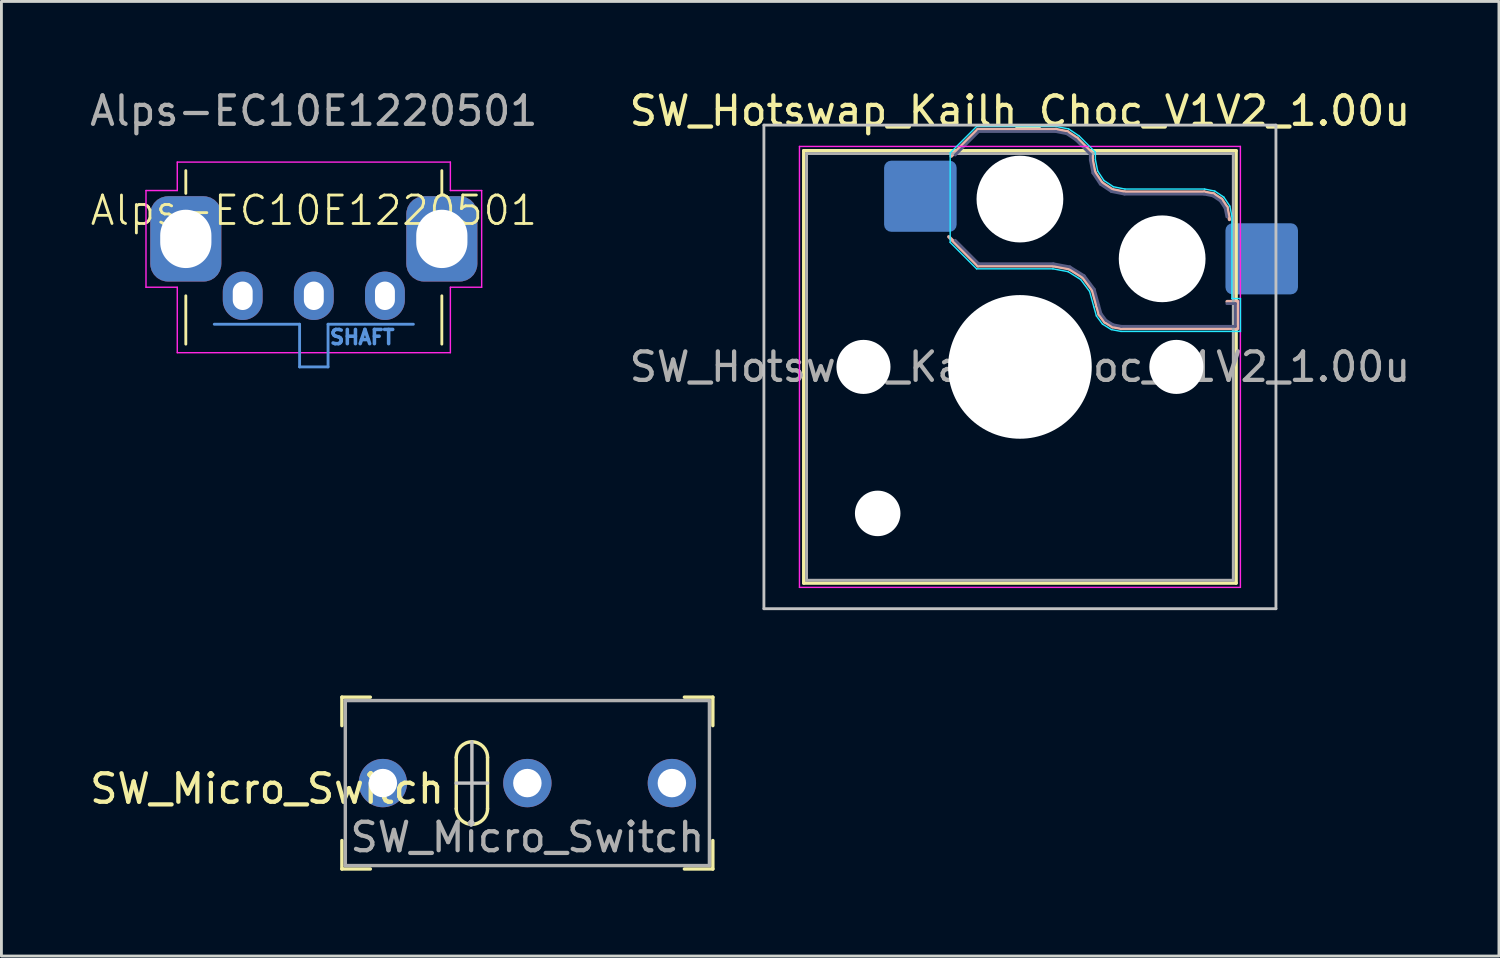
<source format=kicad_pcb>
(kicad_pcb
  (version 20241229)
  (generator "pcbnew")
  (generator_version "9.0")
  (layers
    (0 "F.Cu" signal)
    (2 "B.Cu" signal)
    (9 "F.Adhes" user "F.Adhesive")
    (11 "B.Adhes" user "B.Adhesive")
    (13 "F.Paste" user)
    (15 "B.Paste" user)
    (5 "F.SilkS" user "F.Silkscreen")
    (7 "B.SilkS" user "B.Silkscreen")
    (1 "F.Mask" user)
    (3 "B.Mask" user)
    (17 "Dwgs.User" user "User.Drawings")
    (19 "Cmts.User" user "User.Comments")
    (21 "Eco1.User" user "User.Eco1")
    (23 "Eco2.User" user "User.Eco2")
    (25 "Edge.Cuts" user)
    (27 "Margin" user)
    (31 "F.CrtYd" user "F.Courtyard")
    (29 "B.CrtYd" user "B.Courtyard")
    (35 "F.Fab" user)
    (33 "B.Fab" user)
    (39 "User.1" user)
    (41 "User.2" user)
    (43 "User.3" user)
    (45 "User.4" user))
  (footprint "Alps-EC10E1220501"
    (layer "F.Cu")
    (at 7.982 7.348)
    (property "Reference" "Alps-EC10E1220501" (at 0 -3 0) (unlocked yes) (layer "F.SilkS") (effects (font (size 1 1) (thickness 0.1))))
    (attr through_hole exclude_from_pos_files)
    (fp_line (start -4.5 -4.4) (end -4.5 -3.6) (stroke (width 0.1) (type default)) (layer "F.SilkS"))
    (fp_line (start -4.5 1.7) (end -4.5 0) (stroke (width 0.1) (type default)) (layer "F.SilkS"))
    (fp_line (start 4.5 -4.4) (end 4.5 -3.6) (stroke (width 0.1) (type default)) (layer "F.SilkS"))
    (fp_line (start 4.5 1.7) (end 4.5 0) (stroke (width 0.1) (type default)) (layer "F.SilkS"))
    (fp_line (start -3.5 1) (end -0.5 1) (stroke (width 0.1) (type default)) (layer "Cmts.User"))
    (fp_line (start -0.5 1) (end -0.5 2.5) (stroke (width 0.1) (type default)) (layer "Cmts.User"))
    (fp_line (start -0.5 2.5) (end 0.5 2.5) (stroke (width 0.1) (type default)) (layer "Cmts.User"))
    (fp_line (start 0.5 1) (end 3.5 1) (stroke (width 0.1) (type default)) (layer "Cmts.User"))
    (fp_line (start 0.5 2.5) (end 0.5 1) (stroke (width 0.1) (type default)) (layer "Cmts.User"))
    (fp_line (start -5.9 -3.7) (end -4.8 -3.7) (stroke (width 0.05) (type default)) (layer "F.CrtYd"))
    (fp_line (start -5.9 -0.3) (end -5.9 -3.7) (stroke (width 0.05) (type default)) (layer "F.CrtYd"))
    (fp_line (start -4.8 -4.7) (end 4.8 -4.7) (stroke (width 0.05) (type default)) (layer "F.CrtYd"))
    (fp_line (start -4.8 -3.7) (end -4.8 -4.7) (stroke (width 0.05) (type default)) (layer "F.CrtYd"))
    (fp_line (start -4.8 -0.3) (end -5.9 -0.3) (stroke (width 0.05) (type default)) (layer "F.CrtYd"))
    (fp_line (start -4.8 2) (end -4.8 -0.3) (stroke (width 0.05) (type default)) (layer "F.CrtYd"))
    (fp_line (start 4.8 -4.7) (end 4.8 -3.7) (stroke (width 0.05) (type default)) (layer "F.CrtYd"))
    (fp_line (start 4.8 -3.7) (end 5.9 -3.7) (stroke (width 0.05) (type default)) (layer "F.CrtYd"))
    (fp_line (start 4.8 -0.3) (end 4.8 2) (stroke (width 0.05) (type default)) (layer "F.CrtYd"))
    (fp_line (start 4.8 2) (end -4.8 2) (stroke (width 0.05) (type default)) (layer "F.CrtYd"))
    (fp_line (start 5.9 -3.7) (end 5.9 -0.3) (stroke (width 0.05) (type default)) (layer "F.CrtYd"))
    (fp_line (start 5.9 -0.3) (end 4.8 -0.3) (stroke (width 0.05) (type default)) (layer "F.CrtYd"))
    (fp_text user "SHAFT" (at 0.5 1.75 0) (unlocked yes) (layer "Cmts.User") (effects (font (size 0.5 0.5) (thickness 0.125)) (justify left bottom)))
    (fp_text user "${REFERENCE}" (at 0 -6.5 0) (unlocked yes) (layer "F.Fab") (effects (font (size 1 1) (thickness 0.15))))
    (pad "4" thru_hole roundrect (at -4.5 -2) (size 2.5 3) (drill oval 1.8 2.05) (layers "*.Cu" "*.Mask") (roundrect_rratio 0.25))
    (pad "4" thru_hole roundrect (at 4.5 -2) (size 2.5 3) (drill oval 1.8 2.05) (layers "*.Cu" "*.Mask") (roundrect_rratio 0.25))
    (pad "A" thru_hole oval (at -2.5 0) (size 1.4 1.7) (drill oval 0.7 1) (layers "*.Cu" "*.Mask"))
    (pad "B" thru_hole oval (at 0 0) (size 1.4 1.7) (drill oval 0.7 1) (layers "*.Cu" "*.Mask"))
    (pad "C" thru_hole oval (at 2.5 0) (size 1.4 1.7) (drill oval 0.7 1) (layers "*.Cu" "*.Mask")))
  (footprint "SW_Hotswap_Kailh_Choc_V1V2_1.00u"
    (layer "F.Cu")
    (at 32.804 9.848)
    (property "Reference" "SW_Hotswap_Kailh_Choc_V1V2_1.00u" (at 0 -9 180) (layer "F.SilkS") (effects (font (size 1 1) (thickness 0.15))))
    (attr smd)
    (fp_line (start -7.6 -7.6) (end -7.6 7.6) (stroke (width 0.12) (type solid)) (layer "F.SilkS"))
    (fp_line (start -7.6 7.6) (end 7.6 7.6) (stroke (width 0.12) (type solid)) (layer "F.SilkS"))
    (fp_line (start 7.6 -7.6) (end -7.6 -7.6) (stroke (width 0.12) (type solid)) (layer "F.SilkS"))
    (fp_line (start 7.6 7.6) (end 7.6 -7.6) (stroke (width 0.12) (type solid)) (layer "F.SilkS"))
    (fp_line (start -2.416 -7.409) (end -1.479 -8.346) (stroke (width 0.12) (type solid)) (layer "B.SilkS"))
    (fp_line (start -1.479 -8.346) (end 1.268 -8.346) (stroke (width 0.12) (type solid)) (layer "B.SilkS"))
    (fp_line (start -1.479 -3.554) (end -2.5 -4.575) (stroke (width 0.12) (type solid)) (layer "B.SilkS"))
    (fp_line (start 1.168 -3.554) (end -1.479 -3.554) (stroke (width 0.12) (type solid)) (layer "B.SilkS"))
    (fp_line (start 1.268 -8.346) (end 1.671 -8.266) (stroke (width 0.12) (type solid)) (layer "B.SilkS"))
    (fp_line (start 1.671 -8.266) (end 2.013 -8.037) (stroke (width 0.12) (type solid)) (layer "B.SilkS"))
    (fp_line (start 1.73 -3.449) (end 1.168 -3.554) (stroke (width 0.12) (type solid)) (layer "B.SilkS"))
    (fp_line (start 2.013 -8.037) (end 2.546 -7.504) (stroke (width 0.12) (type solid)) (layer "B.SilkS"))
    (fp_line (start 2.209 -3.15) (end 1.73 -3.449) (stroke (width 0.12) (type solid)) (layer "B.SilkS"))
    (fp_line (start 2.546 -7.504) (end 2.546 -7.282) (stroke (width 0.12) (type solid)) (layer "B.SilkS"))
    (fp_line (start 2.546 -7.282) (end 2.633 -6.844) (stroke (width 0.12) (type solid)) (layer "B.SilkS"))
    (fp_line (start 2.547 -2.697) (end 2.209 -3.15) (stroke (width 0.12) (type solid)) (layer "B.SilkS"))
    (fp_line (start 2.633 -6.844) (end 2.877 -6.477) (stroke (width 0.12) (type solid)) (layer "B.SilkS"))
    (fp_line (start 2.701 -2.139) (end 2.547 -2.697) (stroke (width 0.12) (type solid)) (layer "B.SilkS"))
    (fp_line (start 2.783 -1.841) (end 2.701 -2.139) (stroke (width 0.12) (type solid)) (layer "B.SilkS"))
    (fp_line (start 2.877 -6.477) (end 3.244 -6.233) (stroke (width 0.12) (type solid)) (layer "B.SilkS"))
    (fp_line (start 2.976 -1.583) (end 2.783 -1.841) (stroke (width 0.12) (type solid)) (layer "B.SilkS"))
    (fp_line (start 3.244 -6.233) (end 3.682 -6.146) (stroke (width 0.12) (type solid)) (layer "B.SilkS"))
    (fp_line (start 3.25 -1.413) (end 2.976 -1.583) (stroke (width 0.12) (type solid)) (layer "B.SilkS"))
    (fp_line (start 3.56 -1.354) (end 3.25 -1.413) (stroke (width 0.12) (type solid)) (layer "B.SilkS"))
    (fp_line (start 3.682 -6.146) (end 6.482 -6.146) (stroke (width 0.12) (type solid)) (layer "B.SilkS"))
    (fp_line (start 6.482 -6.146) (end 6.809 -6.081) (stroke (width 0.12) (type solid)) (layer "B.SilkS"))
    (fp_line (start 6.809 -6.081) (end 7.092 -5.892) (stroke (width 0.12) (type solid)) (layer "B.SilkS"))
    (fp_line (start 7.092 -5.892) (end 7.281 -5.609) (stroke (width 0.12) (type solid)) (layer "B.SilkS"))
    (fp_line (start 7.281 -5.609) (end 7.366 -5.182) (stroke (width 0.12) (type solid)) (layer "B.SilkS"))
    (fp_line (start 7.283 -2.296) (end 7.646 -2.296) (stroke (width 0.12) (type solid)) (layer "B.SilkS"))
    (fp_line (start 7.646 -2.296) (end 7.646 -1.354) (stroke (width 0.12) (type solid)) (layer "B.SilkS"))
    (fp_line (start 7.646 -1.354) (end 3.56 -1.354) (stroke (width 0.12) (type solid)) (layer "B.SilkS"))
    (fp_line (start -9 -8.5) (end -9 8.5) (stroke (width 0.1) (type solid)) (layer "Dwgs.User"))
    (fp_line (start -9 8.5) (end 9 8.5) (stroke (width 0.1) (type solid)) (layer "Dwgs.User"))
    (fp_line (start 9 -8.5) (end -9 -8.5) (stroke (width 0.1) (type solid)) (layer "Dwgs.User"))
    (fp_line (start 9 8.5) (end 9 -8.5) (stroke (width 0.1) (type solid)) (layer "Dwgs.User"))
    (fp_line (start -7.25 -7.25) (end -7.25 7.25) (stroke (width 0.1) (type solid)) (layer "Eco1.User"))
    (fp_line (start -7.25 7.25) (end 7.25 7.25) (stroke (width 0.1) (type solid)) (layer "Eco1.User"))
    (fp_line (start 7.25 -7.25) (end -7.25 -7.25) (stroke (width 0.1) (type solid)) (layer "Eco1.User"))
    (fp_line (start 7.25 7.25) (end 7.25 -7.25) (stroke (width 0.1) (type solid)) (layer "Eco1.User"))
    (fp_line (start -2.452 -7.523) (end -1.523 -8.452) (stroke (width 0.05) (type solid)) (layer "B.CrtYd"))
    (fp_line (start -2.452 -4.377) (end -2.452 -7.523) (stroke (width 0.05) (type solid)) (layer "B.CrtYd"))
    (fp_line (start -1.523 -8.452) (end 1.278 -8.452) (stroke (width 0.05) (type solid)) (layer "B.CrtYd"))
    (fp_line (start -1.523 -3.448) (end -2.452 -4.377) (stroke (width 0.05) (type solid)) (layer "B.CrtYd"))
    (fp_line (start 1.159 -3.448) (end -1.523 -3.448) (stroke (width 0.05) (type solid)) (layer "B.CrtYd"))
    (fp_line (start 1.278 -8.452) (end 1.712 -8.366) (stroke (width 0.05) (type solid)) (layer "B.CrtYd"))
    (fp_line (start 1.691 -3.348) (end 1.159 -3.448) (stroke (width 0.05) (type solid)) (layer "B.CrtYd"))
    (fp_line (start 1.712 -8.366) (end 2.081 -8.119) (stroke (width 0.05) (type solid)) (layer "B.CrtYd"))
    (fp_line (start 2.081 -8.119) (end 2.652 -7.548) (stroke (width 0.05) (type solid)) (layer "B.CrtYd"))
    (fp_line (start 2.136 -3.071) (end 1.691 -3.348) (stroke (width 0.05) (type solid)) (layer "B.CrtYd"))
    (fp_line (start 2.45 -2.65) (end 2.136 -3.071) (stroke (width 0.05) (type solid)) (layer "B.CrtYd"))
    (fp_line (start 2.599 -2.111) (end 2.45 -2.65) (stroke (width 0.05) (type solid)) (layer "B.CrtYd"))
    (fp_line (start 2.652 -7.548) (end 2.652 -7.292) (stroke (width 0.05) (type solid)) (layer "B.CrtYd"))
    (fp_line (start 2.652 -7.292) (end 2.733 -6.885) (stroke (width 0.05) (type solid)) (layer "B.CrtYd"))
    (fp_line (start 2.687 -1.794) (end 2.599 -2.111) (stroke (width 0.05) (type solid)) (layer "B.CrtYd"))
    (fp_line (start 2.733 -6.885) (end 2.953 -6.553) (stroke (width 0.05) (type solid)) (layer "B.CrtYd"))
    (fp_line (start 2.903 -1.503) (end 2.687 -1.794) (stroke (width 0.05) (type solid)) (layer "B.CrtYd"))
    (fp_line (start 2.953 -6.553) (end 3.285 -6.333) (stroke (width 0.05) (type solid)) (layer "B.CrtYd"))
    (fp_line (start 3.211 -1.312) (end 2.903 -1.503) (stroke (width 0.05) (type solid)) (layer "B.CrtYd"))
    (fp_line (start 3.285 -6.333) (end 3.692 -6.252) (stroke (width 0.05) (type solid)) (layer "B.CrtYd"))
    (fp_line (start 3.55 -1.248) (end 3.211 -1.312) (stroke (width 0.05) (type solid)) (layer "B.CrtYd"))
    (fp_line (start 3.692 -6.252) (end 6.492 -6.252) (stroke (width 0.05) (type solid)) (layer "B.CrtYd"))
    (fp_line (start 6.492 -6.252) (end 6.85 -6.181) (stroke (width 0.05) (type solid)) (layer "B.CrtYd"))
    (fp_line (start 6.85 -6.181) (end 7.168 -5.968) (stroke (width 0.05) (type solid)) (layer "B.CrtYd"))
    (fp_line (start 7.168 -5.968) (end 7.381 -5.65) (stroke (width 0.05) (type solid)) (layer "B.CrtYd"))
    (fp_line (start 7.381 -5.65) (end 7.452 -5.292) (stroke (width 0.05) (type solid)) (layer "B.CrtYd"))
    (fp_line (start 7.452 -5.292) (end 7.452 -2.402) (stroke (width 0.05) (type solid)) (layer "B.CrtYd"))
    (fp_line (start 7.452 -2.402) (end 7.752 -2.402) (stroke (width 0.05) (type solid)) (layer "B.CrtYd"))
    (fp_line (start 7.752 -2.402) (end 7.752 -1.248) (stroke (width 0.05) (type solid)) (layer "B.CrtYd"))
    (fp_line (start 7.752 -1.248) (end 3.55 -1.248) (stroke (width 0.05) (type solid)) (layer "B.CrtYd"))
    (fp_line (start -7.75 -7.75) (end -7.75 7.75) (stroke (width 0.05) (type solid)) (layer "F.CrtYd"))
    (fp_line (start -7.75 7.75) (end 7.75 7.75) (stroke (width 0.05) (type solid)) (layer "F.CrtYd"))
    (fp_line (start 7.75 -7.75) (end -7.75 -7.75) (stroke (width 0.05) (type solid)) (layer "F.CrtYd"))
    (fp_line (start 7.75 7.75) (end 7.75 -7.75) (stroke (width 0.05) (type solid)) (layer "F.CrtYd"))
    (fp_line (start -2.275 -7.45) (end -1.45 -8.275) (stroke (width 0.1) (type solid)) (layer "B.Fab"))
    (fp_line (start -1.45 -8.275) (end 1.261 -8.275) (stroke (width 0.1) (type solid)) (layer "B.Fab"))
    (fp_line (start -1.45 -3.625) (end -2.275 -4.45) (stroke (width 0.1) (type solid)) (layer "B.Fab"))
    (fp_line (start 1.175 -3.625) (end -1.45 -3.625) (stroke (width 0.1) (type solid)) (layer "B.Fab"))
    (fp_line (start 1.261 -8.275) (end 1.643 -8.199) (stroke (width 0.1) (type solid)) (layer "B.Fab"))
    (fp_line (start 1.643 -8.199) (end 1.968 -7.982) (stroke (width 0.1) (type solid)) (layer "B.Fab"))
    (fp_line (start 1.756 -3.516) (end 1.175 -3.625) (stroke (width 0.1) (type solid)) (layer "B.Fab"))
    (fp_line (start 1.968 -7.982) (end 2.475 -7.475) (stroke (width 0.1) (type solid)) (layer "B.Fab"))
    (fp_line (start 2.258 -3.203) (end 1.756 -3.516) (stroke (width 0.1) (type solid)) (layer "B.Fab"))
    (fp_line (start 2.475 -7.475) (end 2.475 -7.275) (stroke (width 0.1) (type solid)) (layer "B.Fab"))
    (fp_line (start 2.475 -7.275) (end 2.566 -6.816) (stroke (width 0.1) (type solid)) (layer "B.Fab"))
    (fp_line (start 2.566 -6.816) (end 2.826 -6.426) (stroke (width 0.1) (type solid)) (layer "B.Fab"))
    (fp_line (start 2.612 -2.729) (end 2.258 -3.203) (stroke (width 0.1) (type solid)) (layer "B.Fab"))
    (fp_line (start 2.769 -2.158) (end 2.612 -2.729) (stroke (width 0.1) (type solid)) (layer "B.Fab"))
    (fp_line (start 2.826 -6.426) (end 3.216 -6.166) (stroke (width 0.1) (type solid)) (layer "B.Fab"))
    (fp_line (start 2.848 -1.873) (end 2.769 -2.158) (stroke (width 0.1) (type solid)) (layer "B.Fab"))
    (fp_line (start 3.025 -1.636) (end 2.848 -1.873) (stroke (width 0.1) (type solid)) (layer "B.Fab"))
    (fp_line (start 3.216 -6.166) (end 3.675 -6.075) (stroke (width 0.1) (type solid)) (layer "B.Fab"))
    (fp_line (start 3.276 -1.48) (end 3.025 -1.636) (stroke (width 0.1) (type solid)) (layer "B.Fab"))
    (fp_line (start 3.567 -1.425) (end 3.276 -1.48) (stroke (width 0.1) (type solid)) (layer "B.Fab"))
    (fp_line (start 3.675 -6.075) (end 6.475 -6.075) (stroke (width 0.1) (type solid)) (layer "B.Fab"))
    (fp_line (start 6.475 -6.075) (end 6.781 -6.014) (stroke (width 0.1) (type solid)) (layer "B.Fab"))
    (fp_line (start 6.781 -6.014) (end 7.041 -5.841) (stroke (width 0.1) (type solid)) (layer "B.Fab"))
    (fp_line (start 7.041 -5.841) (end 7.214 -5.581) (stroke (width 0.1) (type solid)) (layer "B.Fab"))
    (fp_line (start 7.214 -5.581) (end 7.275 -5.275) (stroke (width 0.1) (type solid)) (layer "B.Fab"))
    (fp_line (start 7.275 -2.225) (end 7.575 -2.225) (stroke (width 0.1) (type solid)) (layer "B.Fab"))
    (fp_line (start 7.575 -2.225) (end 7.575 -1.425) (stroke (width 0.1) (type solid)) (layer "B.Fab"))
    (fp_line (start 7.575 -1.425) (end 3.567 -1.425) (stroke (width 0.1) (type solid)) (layer "B.Fab"))
    (fp_line (start -7.5 -7.5) (end -7.5 7.5) (stroke (width 0.1) (type solid)) (layer "F.Fab"))
    (fp_line (start -7.5 7.5) (end 7.5 7.5) (stroke (width 0.1) (type solid)) (layer "F.Fab"))
    (fp_line (start 7.5 -7.5) (end -7.5 -7.5) (stroke (width 0.1) (type solid)) (layer "F.Fab"))
    (fp_line (start 7.5 7.5) (end 7.5 -7.5) (stroke (width 0.1) (type solid)) (layer "F.Fab"))
    (fp_text user "${REFERENCE}" (at 0 0 180) (layer "F.Fab") (effects (font (size 1 1) (thickness 0.15))))
    (pad "" np_thru_hole circle (at -5.5 0) (size 1.9 1.9) (drill 1.9) (layers "*.Cu" "*.Mask"))
    (pad "" np_thru_hole circle (at -5 5.15) (size 1.6 1.6) (drill 1.6) (layers "*.Cu" "*.Mask"))
    (pad "" np_thru_hole circle (at 0 -5.9) (size 3.05 3.05) (drill 3.05) (layers "*.Cu" "*.Mask"))
    (pad "" np_thru_hole circle (at 0 0) (size 5.05 5.05) (drill 5.05) (layers "*.Cu" "*.Mask"))
    (pad "" np_thru_hole circle (at 5 -3.8) (size 3.05 3.05) (drill 3.05) (layers "*.Cu" "*.Mask"))
    (pad "" np_thru_hole circle (at 5.5 0) (size 1.9 1.9) (drill 1.9) (layers "*.Cu" "*.Mask"))
    (pad "1" smd roundrect (at -3.5 -6) (size 2.55 2.5) (layers "B.Cu" "B.Mask" "B.Paste") (roundrect_rratio 0.1))
    (pad "2" smd roundrect (at 8.5 -3.8) (size 2.55 2.5) (layers "B.Cu" "B.Mask" "B.Paste") (roundrect_rratio 0.1)))
  (footprint "SW_Micro_Switch"
    (layer "F.Cu")
    (at 15.489 24.478)
    (property "Reference" "SW_Micro_Switch" (at -9.15 0.2 180) (layer "F.SilkS") (effects (font (size 1 1) (thickness 0.15))))
    (attr through_hole)
    (fp_line (start -6.52 -3.02) (end -6.52 -2.02) (stroke (width 0.12) (type solid)) (layer "F.SilkS"))
    (fp_line (start -6.52 -3.02) (end -5.52 -3.02) (stroke (width 0.12) (type solid)) (layer "F.SilkS"))
    (fp_line (start -6.52 3.02) (end -6.52 2.02) (stroke (width 0.12) (type solid)) (layer "F.SilkS"))
    (fp_line (start -6.52 3.02) (end -5.52 3.02) (stroke (width 0.12) (type solid)) (layer "F.SilkS"))
    (fp_line (start -2.5 0.9) (end -2.5 -0.9) (stroke (width 0.12) (type solid)) (layer "F.SilkS"))
    (fp_line (start -1.4 0.9) (end -1.4 -0.9) (stroke (width 0.12) (type solid)) (layer "F.SilkS"))
    (fp_line (start 6.52 -3.02) (end 5.52 -3.02) (stroke (width 0.12) (type solid)) (layer "F.SilkS"))
    (fp_line (start 6.52 -3.02) (end 6.52 -2.02) (stroke (width 0.12) (type solid)) (layer "F.SilkS"))
    (fp_line (start 6.52 3.02) (end 5.52 3.02) (stroke (width 0.12) (type solid)) (layer "F.SilkS"))
    (fp_line (start 6.52 3.02) (end 6.52 2.02) (stroke (width 0.12) (type solid)) (layer "F.SilkS"))
    (fp_arc (start -2.5 -0.9) (mid -1.95 -1.45) (end -1.4 -0.9) (stroke (width 0.12) (type solid)) (layer "F.SilkS"))
    (fp_arc (start -1.4 0.9) (mid -1.95 1.45) (end -2.5 0.9) (stroke (width 0.12) (type solid)) (layer "F.SilkS"))
    (fp_line (start -1.95 1.45) (end -1.95 -1.45) (stroke (width 0.12) (type solid)) (layer "Dwgs.User"))
    (fp_line (start -1.4 0) (end -2.5 0) (stroke (width 0.12) (type solid)) (layer "Dwgs.User"))
    (fp_line (start -6.4 -2.9) (end 6.4 -2.9) (stroke (width 0.12) (type solid)) (layer "F.Fab"))
    (fp_line (start -6.4 2.9) (end -6.4 -2.9) (stroke (width 0.12) (type solid)) (layer "F.Fab"))
    (fp_line (start 6.4 -2.9) (end 6.4 2.9) (stroke (width 0.12) (type solid)) (layer "F.Fab"))
    (fp_line (start 6.4 2.9) (end -6.4 2.9) (stroke (width 0.12) (type solid)) (layer "F.Fab"))
    (fp_text user "${REFERENCE}" (at 0 1.905 180) (layer "F.Fab") (effects (font (size 1 1) (thickness 0.15))))
    (pad "1" thru_hole circle (at -5.08 0) (size 1.7 1.7) (drill 1) (layers "*.Cu" "*.Mask"))
    (pad "2" thru_hole circle (at 0 0) (size 1.7 1.7) (drill 1) (layers "*.Cu" "*.Mask"))
    (pad "3" thru_hole circle (at 5.08 0) (size 1.7 1.7) (drill 1) (layers "*.Cu" "*.Mask")))
  (gr_rect
    (start -3 -3)
    (end 49.643 30.558)
    (stroke (width 0.1) (type default))
    (fill no)
    (layer "Edge.Cuts")))
</source>
